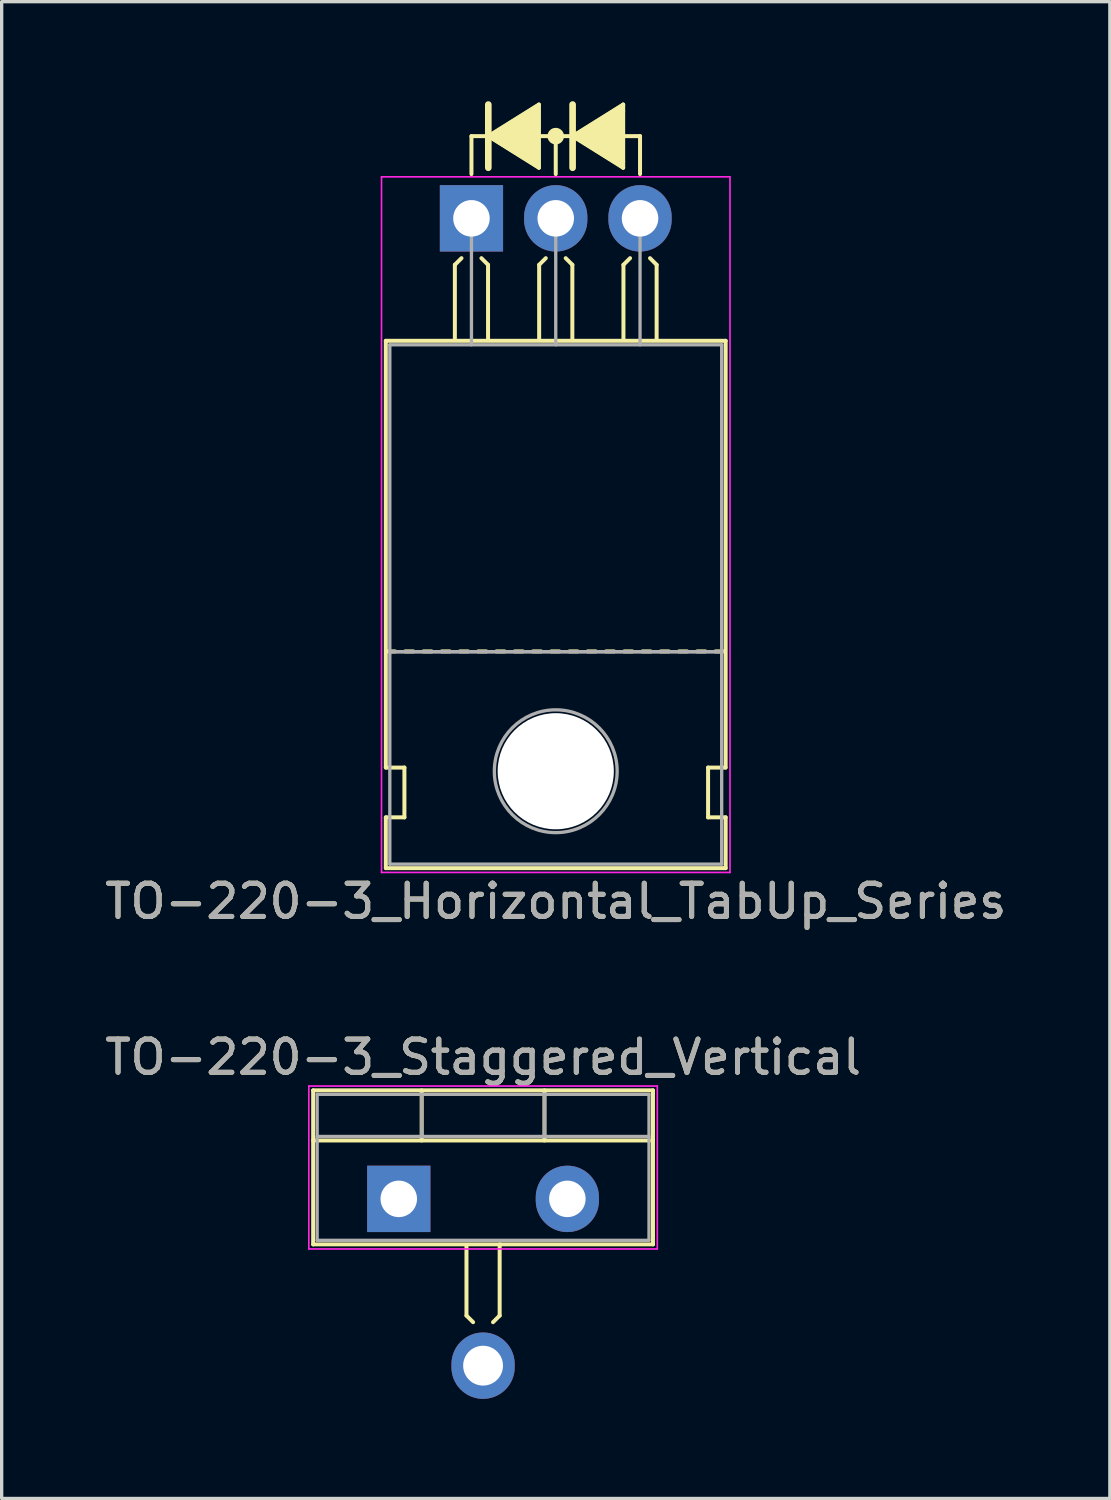
<source format=kicad_pcb>
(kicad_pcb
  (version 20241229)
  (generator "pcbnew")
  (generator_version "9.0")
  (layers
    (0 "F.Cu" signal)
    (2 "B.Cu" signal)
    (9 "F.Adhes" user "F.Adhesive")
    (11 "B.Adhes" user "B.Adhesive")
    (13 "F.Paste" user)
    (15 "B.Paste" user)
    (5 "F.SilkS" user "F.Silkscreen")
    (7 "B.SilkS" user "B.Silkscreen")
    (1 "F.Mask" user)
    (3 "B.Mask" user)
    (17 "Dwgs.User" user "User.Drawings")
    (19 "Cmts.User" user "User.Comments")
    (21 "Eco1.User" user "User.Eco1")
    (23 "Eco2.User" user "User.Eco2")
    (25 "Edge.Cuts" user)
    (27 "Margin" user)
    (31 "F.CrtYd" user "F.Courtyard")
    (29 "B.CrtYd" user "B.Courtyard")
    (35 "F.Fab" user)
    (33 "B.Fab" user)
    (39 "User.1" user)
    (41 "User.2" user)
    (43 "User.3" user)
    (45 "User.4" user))
  (footprint "TO-220-3_Horizontal_TabUp_Series"
    (layer "F.Cu")
    (at 11.156 3.529)
    (property "Reference" "TO-220-3_Horizontal_TabUp_Series" (at 2.54 20.58 0) (layer "F.SilkS") (effects (font (size 1 1) (thickness 0.15))))
    (attr through_hole)
    (fp_line (start -2.58 16.55) (end -2.58 3.69) (stroke (width 0.12) (type solid)) (layer "F.SilkS"))
    (fp_line (start -2.58 16.55) (end -2.02 16.55) (stroke (width 0.12) (type solid)) (layer "F.SilkS"))
    (fp_line (start -2.58 19.58) (end -2.58 18.05) (stroke (width 0.12) (type solid)) (layer "F.SilkS"))
    (fp_line (start -2.3 13.05) (end -2.55 13.05) (stroke (width 0.12) (type solid)) (layer "F.SilkS"))
    (fp_line (start -2.02 16.55) (end -2.02 18.05) (stroke (width 0.12) (type solid)) (layer "F.SilkS"))
    (fp_line (start -2.02 18.05) (end -2.58 18.05) (stroke (width 0.12) (type solid)) (layer "F.SilkS"))
    (fp_line (start -1.75 13.05) (end -2 13.05) (stroke (width 0.12) (type solid)) (layer "F.SilkS"))
    (fp_line (start -1.2 13.05) (end -1.45 13.05) (stroke (width 0.12) (type solid)) (layer "F.SilkS"))
    (fp_line (start -0.65 13.05) (end -0.9 13.05) (stroke (width 0.12) (type solid)) (layer "F.SilkS"))
    (fp_line (start -0.5 1.4) (end -0.3 1.2) (stroke (width 0.12) (type solid)) (layer "F.SilkS"))
    (fp_line (start -0.5 3.65) (end -0.5 1.4) (stroke (width 0.12) (type solid)) (layer "F.SilkS"))
    (fp_line (start -0.1 13.05) (end -0.35 13.05) (stroke (width 0.12) (type solid)) (layer "F.SilkS"))
    (fp_line (start 0 -2.477) (end 0.508 -2.477) (stroke (width 0.12) (type solid)) (layer "F.SilkS"))
    (fp_line (start 0 -1.333) (end 0 -2.477) (stroke (width 0.12) (type solid)) (layer "F.SilkS"))
    (fp_line (start 0.45 13.05) (end 0.2 13.05) (stroke (width 0.12) (type solid)) (layer "F.SilkS"))
    (fp_line (start 0.5 1.4) (end 0.3 1.2) (stroke (width 0.12) (type solid)) (layer "F.SilkS"))
    (fp_line (start 0.5 3.65) (end 0.5 1.4) (stroke (width 0.12) (type solid)) (layer "F.SilkS"))
    (fp_line (start 0.508 -3.429) (end 0.508 -1.524) (stroke (width 0.2) (type solid)) (layer "F.SilkS"))
    (fp_line (start 0.508 -2.477) (end 2.032 -1.524) (stroke (width 0.12) (type solid)) (layer "F.SilkS"))
    (fp_line (start 1 13.05) (end 0.75 13.05) (stroke (width 0.12) (type solid)) (layer "F.SilkS"))
    (fp_line (start 1.55 13.05) (end 1.3 13.05) (stroke (width 0.12) (type solid)) (layer "F.SilkS"))
    (fp_line (start 2.032 -3.429) (end 0.508 -2.477) (stroke (width 0.12) (type solid)) (layer "F.SilkS"))
    (fp_line (start 2.032 -1.524) (end 2.032 -3.429) (stroke (width 0.12) (type solid)) (layer "F.SilkS"))
    (fp_line (start 2.04 1.4) (end 2.24 1.2) (stroke (width 0.12) (type solid)) (layer "F.SilkS"))
    (fp_line (start 2.04 3.65) (end 2.04 1.4) (stroke (width 0.12) (type solid)) (layer "F.SilkS"))
    (fp_line (start 2.1 13.05) (end 1.85 13.05) (stroke (width 0.12) (type solid)) (layer "F.SilkS"))
    (fp_line (start 2.54 -2.477) (end 2.032 -2.477) (stroke (width 0.12) (type solid)) (layer "F.SilkS"))
    (fp_line (start 2.54 -2.477) (end 3.048 -2.477) (stroke (width 0.12) (type solid)) (layer "F.SilkS"))
    (fp_line (start 2.54 -1.333) (end 2.54 -2.477) (stroke (width 0.12) (type solid)) (layer "F.SilkS"))
    (fp_line (start 2.65 13.05) (end 2.4 13.05) (stroke (width 0.12) (type solid)) (layer "F.SilkS"))
    (fp_line (start 3.04 1.4) (end 2.84 1.2) (stroke (width 0.12) (type solid)) (layer "F.SilkS"))
    (fp_line (start 3.04 3.65) (end 3.04 1.4) (stroke (width 0.12) (type solid)) (layer "F.SilkS"))
    (fp_line (start 3.048 -3.429) (end 3.048 -1.524) (stroke (width 0.2) (type solid)) (layer "F.SilkS"))
    (fp_line (start 3.048 -2.477) (end 4.572 -3.429) (stroke (width 0.12) (type solid)) (layer "F.SilkS"))
    (fp_line (start 3.048 -2.477) (end 4.572 -1.524) (stroke (width 0.12) (type solid)) (layer "F.SilkS"))
    (fp_line (start 3.2 13.05) (end 2.95 13.05) (stroke (width 0.12) (type solid)) (layer "F.SilkS"))
    (fp_line (start 3.75 13.05) (end 3.5 13.05) (stroke (width 0.12) (type solid)) (layer "F.SilkS"))
    (fp_line (start 4.3 13.05) (end 4.05 13.05) (stroke (width 0.12) (type solid)) (layer "F.SilkS"))
    (fp_line (start 4.572 -3.239) (end 4.572 -3.429) (stroke (width 0.12) (type solid)) (layer "F.SilkS"))
    (fp_line (start 4.572 -1.714) (end 4.572 -3.239) (stroke (width 0.12) (type solid)) (layer "F.SilkS"))
    (fp_line (start 4.572 -1.714) (end 4.572 -1.524) (stroke (width 0.12) (type solid)) (layer "F.SilkS"))
    (fp_line (start 4.58 1.4) (end 4.78 1.2) (stroke (width 0.12) (type solid)) (layer "F.SilkS"))
    (fp_line (start 4.58 3.65) (end 4.58 1.4) (stroke (width 0.12) (type solid)) (layer "F.SilkS"))
    (fp_line (start 4.85 13.05) (end 4.6 13.05) (stroke (width 0.12) (type solid)) (layer "F.SilkS"))
    (fp_line (start 5.08 -2.477) (end 4.572 -2.477) (stroke (width 0.12) (type solid)) (layer "F.SilkS"))
    (fp_line (start 5.08 -1.333) (end 5.08 -2.477) (stroke (width 0.12) (type solid)) (layer "F.SilkS"))
    (fp_line (start 5.4 13.05) (end 5.15 13.05) (stroke (width 0.12) (type solid)) (layer "F.SilkS"))
    (fp_line (start 5.58 1.4) (end 5.38 1.2) (stroke (width 0.12) (type solid)) (layer "F.SilkS"))
    (fp_line (start 5.58 3.65) (end 5.58 1.4) (stroke (width 0.12) (type solid)) (layer "F.SilkS"))
    (fp_line (start 5.95 13.05) (end 5.7 13.05) (stroke (width 0.12) (type solid)) (layer "F.SilkS"))
    (fp_line (start 6.5 13.05) (end 6.25 13.05) (stroke (width 0.12) (type solid)) (layer "F.SilkS"))
    (fp_line (start 7.05 13.05) (end 6.8 13.05) (stroke (width 0.12) (type solid)) (layer "F.SilkS"))
    (fp_line (start 7.13 16.55) (end 7.655 16.55) (stroke (width 0.12) (type solid)) (layer "F.SilkS"))
    (fp_line (start 7.13 18.05) (end 7.13 16.55) (stroke (width 0.12) (type solid)) (layer "F.SilkS"))
    (fp_line (start 7.6 13.05) (end 7.35 13.05) (stroke (width 0.12) (type solid)) (layer "F.SilkS"))
    (fp_line (start 7.66 3.69) (end -2.58 3.69) (stroke (width 0.12) (type solid)) (layer "F.SilkS"))
    (fp_line (start 7.66 16.55) (end 7.66 3.69) (stroke (width 0.12) (type solid)) (layer "F.SilkS"))
    (fp_line (start 7.66 18.05) (end 7.13 18.05) (stroke (width 0.12) (type solid)) (layer "F.SilkS"))
    (fp_line (start 7.66 19.58) (end -2.58 19.58) (stroke (width 0.12) (type solid)) (layer "F.SilkS"))
    (fp_line (start 7.66 19.58) (end 7.66 18.05) (stroke (width 0.12) (type solid)) (layer "F.SilkS"))
    (fp_circle (center 2.54 -2.477) (end 2.54 -2.667) (stroke (width 0.12) (type solid)) (fill no) (layer "F.SilkS"))
    (fp_circle (center 2.54 -2.477) (end 2.54 -2.603) (stroke (width 0.12) (type solid)) (fill no) (layer "F.SilkS"))
    (fp_circle (center 2.54 -2.477) (end 2.54 -2.54) (stroke (width 0.12) (type solid)) (fill no) (layer "F.SilkS"))
    (fp_poly (pts (xy 2.032 -1.524) (xy 0.508 -2.477) (xy 2.032 -3.429)) (stroke (width 0.1) (type solid)) (fill yes) (layer "F.SilkS"))
    (fp_poly (pts (xy 3.048 -2.477) (xy 4.572 -3.429) (xy 4.572 -1.524)) (stroke (width 0.1) (type solid)) (fill yes) (layer "F.SilkS"))
    (fp_line (start -2.71 -1.25) (end -2.71 19.71) (stroke (width 0.05) (type solid)) (layer "F.CrtYd"))
    (fp_line (start -2.71 19.71) (end 7.79 19.71) (stroke (width 0.05) (type solid)) (layer "F.CrtYd"))
    (fp_line (start 7.79 -1.25) (end -2.71 -1.25) (stroke (width 0.05) (type solid)) (layer "F.CrtYd"))
    (fp_line (start 7.79 19.71) (end 7.79 -1.25) (stroke (width 0.05) (type solid)) (layer "F.CrtYd"))
    (fp_line (start -2.46 3.81) (end -2.46 13.06) (stroke (width 0.1) (type solid)) (layer "F.Fab"))
    (fp_line (start -2.46 13.06) (end -2.46 19.46) (stroke (width 0.1) (type solid)) (layer "F.Fab"))
    (fp_line (start -2.46 13.06) (end 7.54 13.06) (stroke (width 0.1) (type solid)) (layer "F.Fab"))
    (fp_line (start -2.46 19.46) (end 7.54 19.46) (stroke (width 0.1) (type solid)) (layer "F.Fab"))
    (fp_line (start 0 3.81) (end 0 0) (stroke (width 0.1) (type solid)) (layer "F.Fab"))
    (fp_line (start 2.54 3.81) (end 2.54 0) (stroke (width 0.1) (type solid)) (layer "F.Fab"))
    (fp_line (start 5.08 3.81) (end 5.08 0) (stroke (width 0.1) (type solid)) (layer "F.Fab"))
    (fp_line (start 7.54 3.81) (end -2.46 3.81) (stroke (width 0.1) (type solid)) (layer "F.Fab"))
    (fp_line (start 7.54 13.06) (end -2.46 13.06) (stroke (width 0.1) (type solid)) (layer "F.Fab"))
    (fp_line (start 7.54 13.06) (end 7.54 3.81) (stroke (width 0.1) (type solid)) (layer "F.Fab"))
    (fp_line (start 7.54 19.46) (end 7.54 13.06) (stroke (width 0.1) (type solid)) (layer "F.Fab"))
    (fp_circle (center 2.54 16.66) (end 4.39 16.66) (stroke (width 0.1) (type solid)) (fill no) (layer "F.Fab"))
    (fp_text user "${REFERENCE}" (at 2.54 20.58 0) (layer "F.Fab") (effects (font (size 1 1) (thickness 0.15))))
    (pad "" np_thru_hole oval (at 2.54 16.66) (size 3.5 3.5) (drill 3.5) (layers "*.Cu" "*.Mask"))
    (pad "1" thru_hole rect (at 0 0) (size 1.905 2) (drill 1.1) (layers "*.Cu" "*.Mask"))
    (pad "2" thru_hole oval (at 2.54 0) (size 1.905 2) (drill 1.1) (layers "*.Cu" "*.Mask"))
    (pad "3" thru_hole oval (at 5.08 0) (size 1.905 2) (drill 1.1) (layers "*.Cu" "*.Mask")))
  (footprint "TO-220-3_Staggered_Vertical"
    (layer "F.Cu")
    (at 8.966 33.075)
    (property "Reference" "TO-220-3_Staggered_Vertical" (at 2.54 -4.27 0) (layer "F.SilkS") (effects (font (size 1 1) (thickness 0.15))))
    (attr through_hole)
    (fp_line (start -2.58 -3.27) (end -2.58 1.371) (stroke (width 0.12) (type solid)) (layer "F.SilkS"))
    (fp_line (start -2.58 -3.27) (end 7.66 -3.27) (stroke (width 0.12) (type solid)) (layer "F.SilkS"))
    (fp_line (start -2.58 -1.76) (end 7.66 -1.76) (stroke (width 0.12) (type solid)) (layer "F.SilkS"))
    (fp_line (start -2.58 1.371) (end 3.048 1.371) (stroke (width 0.12) (type solid)) (layer "F.SilkS"))
    (fp_line (start 0.69 -3.27) (end 0.69 -1.76) (stroke (width 0.12) (type solid)) (layer "F.SilkS"))
    (fp_line (start 2.04 1.417) (end 2.04 3.517) (stroke (width 0.12) (type solid)) (layer "F.SilkS"))
    (fp_line (start 2.04 3.517) (end 2.24 3.716) (stroke (width 0.12) (type solid)) (layer "F.SilkS"))
    (fp_line (start 3.04 1.417) (end 3.04 3.517) (stroke (width 0.12) (type solid)) (layer "F.SilkS"))
    (fp_line (start 3.04 3.517) (end 2.84 3.716) (stroke (width 0.12) (type solid)) (layer "F.SilkS"))
    (fp_line (start 4.391 -3.27) (end 4.391 -1.76) (stroke (width 0.12) (type solid)) (layer "F.SilkS"))
    (fp_line (start 7.66 -3.27) (end 7.66 1.371) (stroke (width 0.12) (type solid)) (layer "F.SilkS"))
    (fp_line (start 7.66 1.371) (end 3.048 1.371) (stroke (width 0.12) (type solid)) (layer "F.SilkS"))
    (fp_line (start -2.71 -3.4) (end -2.71 1.51) (stroke (width 0.05) (type solid)) (layer "F.CrtYd"))
    (fp_line (start -2.71 1.51) (end 7.79 1.51) (stroke (width 0.05) (type solid)) (layer "F.CrtYd"))
    (fp_line (start 7.79 -3.4) (end -2.71 -3.4) (stroke (width 0.05) (type solid)) (layer "F.CrtYd"))
    (fp_line (start 7.79 1.51) (end 7.79 -3.4) (stroke (width 0.05) (type solid)) (layer "F.CrtYd"))
    (fp_line (start -2.46 -3.15) (end -2.46 1.25) (stroke (width 0.1) (type solid)) (layer "F.Fab"))
    (fp_line (start -2.46 -1.88) (end 7.54 -1.88) (stroke (width 0.1) (type solid)) (layer "F.Fab"))
    (fp_line (start -2.46 1.25) (end 7.54 1.25) (stroke (width 0.1) (type solid)) (layer "F.Fab"))
    (fp_line (start 0.69 -3.15) (end 0.69 -1.88) (stroke (width 0.1) (type solid)) (layer "F.Fab"))
    (fp_line (start 4.39 -3.15) (end 4.39 -1.88) (stroke (width 0.1) (type solid)) (layer "F.Fab"))
    (fp_line (start 7.54 -3.15) (end -2.46 -3.15) (stroke (width 0.1) (type solid)) (layer "F.Fab"))
    (fp_line (start 7.54 1.25) (end 7.54 -3.15) (stroke (width 0.1) (type solid)) (layer "F.Fab"))
    (fp_text user "${REFERENCE}" (at 2.54 -4.27 0) (layer "F.Fab") (effects (font (size 1 1) (thickness 0.15))))
    (pad "1" thru_hole rect (at 0 0) (size 1.905 2) (drill 1.1) (layers "*.Cu" "*.Mask"))
    (pad "2" thru_hole oval (at 2.54 5.026) (size 1.905 2) (drill 1.2) (layers "*.Cu" "*.Mask"))
    (pad "3" thru_hole oval (at 5.08 0) (size 1.905 2) (drill 1.1) (layers "*.Cu" "*.Mask")))
  (gr_rect
    (start -3 -3)
    (end 30.393 42.102)
    (stroke (width 0.1) (type default))
    (fill no)
    (layer "Edge.Cuts")))
</source>
